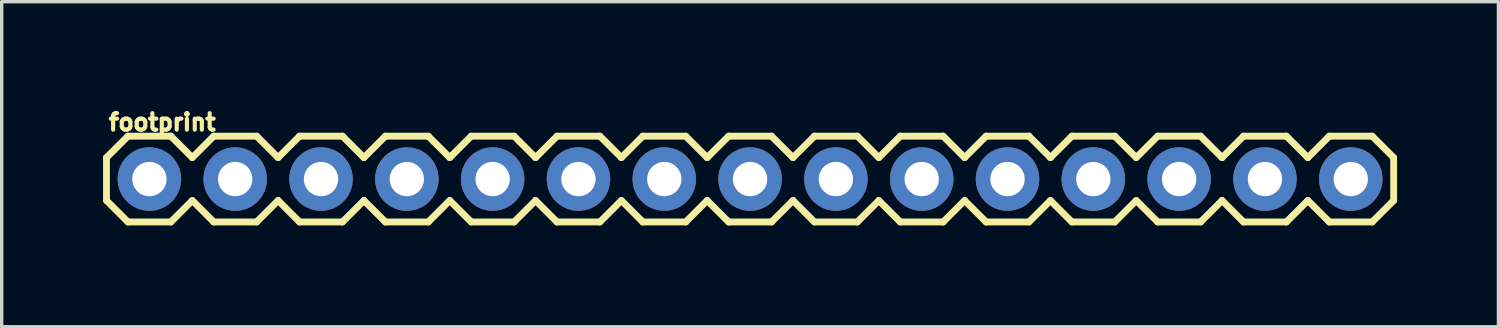
<source format=kicad_pcb>
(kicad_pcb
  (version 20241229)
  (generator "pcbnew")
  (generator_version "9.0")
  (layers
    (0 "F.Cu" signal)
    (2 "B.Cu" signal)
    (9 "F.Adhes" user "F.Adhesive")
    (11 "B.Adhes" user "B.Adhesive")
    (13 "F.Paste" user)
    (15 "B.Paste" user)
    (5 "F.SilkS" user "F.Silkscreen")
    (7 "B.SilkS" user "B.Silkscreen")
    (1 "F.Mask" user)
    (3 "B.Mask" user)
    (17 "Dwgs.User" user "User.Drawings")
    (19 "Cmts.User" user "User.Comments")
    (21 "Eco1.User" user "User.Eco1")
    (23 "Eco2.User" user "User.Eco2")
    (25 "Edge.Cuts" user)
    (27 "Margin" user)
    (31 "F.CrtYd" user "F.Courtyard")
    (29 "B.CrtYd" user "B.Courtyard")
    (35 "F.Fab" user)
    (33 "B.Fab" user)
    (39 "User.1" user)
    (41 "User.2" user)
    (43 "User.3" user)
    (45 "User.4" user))
  (footprint "footprint"
    (layer "F.Cu")
    (at 1.372 2.25)
    (property "Reference" "footprint" (at -1.27 -1.397 0) (layer "F.SilkS") (effects (font (size 0.488 0.488) (thickness 0.122)) (justify left bottom)))
    (fp_line (start -1.27 -0.635) (end -1.27 0.635) (stroke (width 0.203) (type solid)) (layer "F.SilkS"))
    (fp_line (start -1.27 0.635) (end -0.635 1.27) (stroke (width 0.203) (type solid)) (layer "F.SilkS"))
    (fp_line (start -0.635 -1.27) (end -1.27 -0.635) (stroke (width 0.203) (type solid)) (layer "F.SilkS"))
    (fp_line (start -0.635 -1.27) (end 0.635 -1.27) (stroke (width 0.203) (type solid)) (layer "F.SilkS"))
    (fp_line (start 0.635 -1.27) (end 1.27 -0.635) (stroke (width 0.203) (type solid)) (layer "F.SilkS"))
    (fp_line (start 0.635 1.27) (end -0.635 1.27) (stroke (width 0.203) (type solid)) (layer "F.SilkS"))
    (fp_line (start 1.27 -0.635) (end 1.905 -1.27) (stroke (width 0.203) (type solid)) (layer "F.SilkS"))
    (fp_line (start 1.27 0.635) (end 0.635 1.27) (stroke (width 0.203) (type solid)) (layer "F.SilkS"))
    (fp_line (start 1.905 -1.27) (end 3.175 -1.27) (stroke (width 0.203) (type solid)) (layer "F.SilkS"))
    (fp_line (start 1.905 1.27) (end 1.27 0.635) (stroke (width 0.203) (type solid)) (layer "F.SilkS"))
    (fp_line (start 3.175 -1.27) (end 3.81 -0.635) (stroke (width 0.203) (type solid)) (layer "F.SilkS"))
    (fp_line (start 3.175 1.27) (end 1.905 1.27) (stroke (width 0.203) (type solid)) (layer "F.SilkS"))
    (fp_line (start 3.81 -0.635) (end 4.445 -1.27) (stroke (width 0.203) (type solid)) (layer "F.SilkS"))
    (fp_line (start 3.81 0.635) (end 3.175 1.27) (stroke (width 0.203) (type solid)) (layer "F.SilkS"))
    (fp_line (start 4.445 -1.27) (end 5.715 -1.27) (stroke (width 0.203) (type solid)) (layer "F.SilkS"))
    (fp_line (start 4.445 1.27) (end 3.81 0.635) (stroke (width 0.203) (type solid)) (layer "F.SilkS"))
    (fp_line (start 5.715 -1.27) (end 6.35 -0.635) (stroke (width 0.203) (type solid)) (layer "F.SilkS"))
    (fp_line (start 5.715 1.27) (end 4.445 1.27) (stroke (width 0.203) (type solid)) (layer "F.SilkS"))
    (fp_line (start 6.35 0.635) (end 5.715 1.27) (stroke (width 0.203) (type solid)) (layer "F.SilkS"))
    (fp_line (start 6.35 0.635) (end 6.985 1.27) (stroke (width 0.203) (type solid)) (layer "F.SilkS"))
    (fp_line (start 6.985 -1.27) (end 6.35 -0.635) (stroke (width 0.203) (type solid)) (layer "F.SilkS"))
    (fp_line (start 6.985 -1.27) (end 8.255 -1.27) (stroke (width 0.203) (type solid)) (layer "F.SilkS"))
    (fp_line (start 8.255 -1.27) (end 8.89 -0.635) (stroke (width 0.203) (type solid)) (layer "F.SilkS"))
    (fp_line (start 8.255 1.27) (end 6.985 1.27) (stroke (width 0.203) (type solid)) (layer "F.SilkS"))
    (fp_line (start 8.89 -0.635) (end 9.525 -1.27) (stroke (width 0.203) (type solid)) (layer "F.SilkS"))
    (fp_line (start 8.89 0.635) (end 8.255 1.27) (stroke (width 0.203) (type solid)) (layer "F.SilkS"))
    (fp_line (start 9.525 -1.27) (end 10.795 -1.27) (stroke (width 0.203) (type solid)) (layer "F.SilkS"))
    (fp_line (start 9.525 1.27) (end 8.89 0.635) (stroke (width 0.203) (type solid)) (layer "F.SilkS"))
    (fp_line (start 10.795 -1.27) (end 11.43 -0.635) (stroke (width 0.203) (type solid)) (layer "F.SilkS"))
    (fp_line (start 10.795 1.27) (end 9.525 1.27) (stroke (width 0.203) (type solid)) (layer "F.SilkS"))
    (fp_line (start 11.43 -0.635) (end 12.065 -1.27) (stroke (width 0.203) (type solid)) (layer "F.SilkS"))
    (fp_line (start 11.43 0.635) (end 10.795 1.27) (stroke (width 0.203) (type solid)) (layer "F.SilkS"))
    (fp_line (start 12.065 -1.27) (end 13.335 -1.27) (stroke (width 0.203) (type solid)) (layer "F.SilkS"))
    (fp_line (start 12.065 1.27) (end 11.43 0.635) (stroke (width 0.203) (type solid)) (layer "F.SilkS"))
    (fp_line (start 13.335 -1.27) (end 13.97 -0.635) (stroke (width 0.203) (type solid)) (layer "F.SilkS"))
    (fp_line (start 13.335 1.27) (end 12.065 1.27) (stroke (width 0.203) (type solid)) (layer "F.SilkS"))
    (fp_line (start 13.97 0.635) (end 13.335 1.27) (stroke (width 0.203) (type solid)) (layer "F.SilkS"))
    (fp_line (start 13.97 0.635) (end 14.605 1.27) (stroke (width 0.203) (type solid)) (layer "F.SilkS"))
    (fp_line (start 14.605 -1.27) (end 13.97 -0.635) (stroke (width 0.203) (type solid)) (layer "F.SilkS"))
    (fp_line (start 14.605 -1.27) (end 15.875 -1.27) (stroke (width 0.203) (type solid)) (layer "F.SilkS"))
    (fp_line (start 15.875 -1.27) (end 16.51 -0.635) (stroke (width 0.203) (type solid)) (layer "F.SilkS"))
    (fp_line (start 15.875 1.27) (end 14.605 1.27) (stroke (width 0.203) (type solid)) (layer "F.SilkS"))
    (fp_line (start 16.51 0.635) (end 15.875 1.27) (stroke (width 0.203) (type solid)) (layer "F.SilkS"))
    (fp_line (start 16.51 0.635) (end 17.145 1.27) (stroke (width 0.203) (type solid)) (layer "F.SilkS"))
    (fp_line (start 17.145 -1.27) (end 16.51 -0.635) (stroke (width 0.203) (type solid)) (layer "F.SilkS"))
    (fp_line (start 17.145 -1.27) (end 18.415 -1.27) (stroke (width 0.203) (type solid)) (layer "F.SilkS"))
    (fp_line (start 18.415 -1.27) (end 19.05 -0.635) (stroke (width 0.203) (type solid)) (layer "F.SilkS"))
    (fp_line (start 18.415 1.27) (end 17.145 1.27) (stroke (width 0.203) (type solid)) (layer "F.SilkS"))
    (fp_line (start 19.05 -0.635) (end 19.685 -1.27) (stroke (width 0.203) (type solid)) (layer "F.SilkS"))
    (fp_line (start 19.05 0.635) (end 18.415 1.27) (stroke (width 0.203) (type solid)) (layer "F.SilkS"))
    (fp_line (start 19.685 -1.27) (end 20.955 -1.27) (stroke (width 0.203) (type solid)) (layer "F.SilkS"))
    (fp_line (start 19.685 1.27) (end 19.05 0.635) (stroke (width 0.203) (type solid)) (layer "F.SilkS"))
    (fp_line (start 20.955 -1.27) (end 21.59 -0.635) (stroke (width 0.203) (type solid)) (layer "F.SilkS"))
    (fp_line (start 20.955 1.27) (end 19.685 1.27) (stroke (width 0.203) (type solid)) (layer "F.SilkS"))
    (fp_line (start 21.59 -0.635) (end 22.225 -1.27) (stroke (width 0.203) (type solid)) (layer "F.SilkS"))
    (fp_line (start 21.59 0.635) (end 20.955 1.27) (stroke (width 0.203) (type solid)) (layer "F.SilkS"))
    (fp_line (start 22.225 -1.27) (end 23.495 -1.27) (stroke (width 0.203) (type solid)) (layer "F.SilkS"))
    (fp_line (start 22.225 1.27) (end 21.59 0.635) (stroke (width 0.203) (type solid)) (layer "F.SilkS"))
    (fp_line (start 23.495 -1.27) (end 24.13 -0.635) (stroke (width 0.203) (type solid)) (layer "F.SilkS"))
    (fp_line (start 23.495 1.27) (end 22.225 1.27) (stroke (width 0.203) (type solid)) (layer "F.SilkS"))
    (fp_line (start 24.13 0.635) (end 23.495 1.27) (stroke (width 0.203) (type solid)) (layer "F.SilkS"))
    (fp_line (start 24.13 0.635) (end 24.765 1.27) (stroke (width 0.203) (type solid)) (layer "F.SilkS"))
    (fp_line (start 24.765 -1.27) (end 24.13 -0.635) (stroke (width 0.203) (type solid)) (layer "F.SilkS"))
    (fp_line (start 24.765 -1.27) (end 26.035 -1.27) (stroke (width 0.203) (type solid)) (layer "F.SilkS"))
    (fp_line (start 26.035 -1.27) (end 26.67 -0.635) (stroke (width 0.203) (type solid)) (layer "F.SilkS"))
    (fp_line (start 26.035 1.27) (end 24.765 1.27) (stroke (width 0.203) (type solid)) (layer "F.SilkS"))
    (fp_line (start 26.67 -0.635) (end 27.305 -1.27) (stroke (width 0.203) (type solid)) (layer "F.SilkS"))
    (fp_line (start 26.67 0.635) (end 26.035 1.27) (stroke (width 0.203) (type solid)) (layer "F.SilkS"))
    (fp_line (start 27.305 -1.27) (end 28.575 -1.27) (stroke (width 0.203) (type solid)) (layer "F.SilkS"))
    (fp_line (start 27.305 1.27) (end 26.67 0.635) (stroke (width 0.203) (type solid)) (layer "F.SilkS"))
    (fp_line (start 28.575 -1.27) (end 29.21 -0.635) (stroke (width 0.203) (type solid)) (layer "F.SilkS"))
    (fp_line (start 28.575 1.27) (end 27.305 1.27) (stroke (width 0.203) (type solid)) (layer "F.SilkS"))
    (fp_line (start 29.21 -0.635) (end 29.845 -1.27) (stroke (width 0.203) (type solid)) (layer "F.SilkS"))
    (fp_line (start 29.21 0.635) (end 28.575 1.27) (stroke (width 0.203) (type solid)) (layer "F.SilkS"))
    (fp_line (start 29.845 -1.27) (end 31.115 -1.27) (stroke (width 0.203) (type solid)) (layer "F.SilkS"))
    (fp_line (start 29.845 1.27) (end 29.21 0.635) (stroke (width 0.203) (type solid)) (layer "F.SilkS"))
    (fp_line (start 31.115 -1.27) (end 31.75 -0.635) (stroke (width 0.203) (type solid)) (layer "F.SilkS"))
    (fp_line (start 31.115 1.27) (end 29.845 1.27) (stroke (width 0.203) (type solid)) (layer "F.SilkS"))
    (fp_line (start 31.75 0.635) (end 31.115 1.27) (stroke (width 0.203) (type solid)) (layer "F.SilkS"))
    (fp_line (start 31.75 0.635) (end 32.385 1.27) (stroke (width 0.203) (type solid)) (layer "F.SilkS"))
    (fp_line (start 32.385 -1.27) (end 31.75 -0.635) (stroke (width 0.203) (type solid)) (layer "F.SilkS"))
    (fp_line (start 32.385 -1.27) (end 33.655 -1.27) (stroke (width 0.203) (type solid)) (layer "F.SilkS"))
    (fp_line (start 33.655 -1.27) (end 34.29 -0.635) (stroke (width 0.203) (type solid)) (layer "F.SilkS"))
    (fp_line (start 33.655 1.27) (end 32.385 1.27) (stroke (width 0.203) (type solid)) (layer "F.SilkS"))
    (fp_line (start 34.29 0.635) (end 33.655 1.27) (stroke (width 0.203) (type solid)) (layer "F.SilkS"))
    (fp_line (start 34.29 0.635) (end 34.925 1.27) (stroke (width 0.203) (type solid)) (layer "F.SilkS"))
    (fp_line (start 34.925 -1.27) (end 34.29 -0.635) (stroke (width 0.203) (type solid)) (layer "F.SilkS"))
    (fp_line (start 34.925 -1.27) (end 36.195 -1.27) (stroke (width 0.203) (type solid)) (layer "F.SilkS"))
    (fp_line (start 36.195 -1.27) (end 36.83 -0.635) (stroke (width 0.203) (type solid)) (layer "F.SilkS"))
    (fp_line (start 36.195 1.27) (end 34.925 1.27) (stroke (width 0.203) (type solid)) (layer "F.SilkS"))
    (fp_line (start 36.83 -0.635) (end 36.83 0.635) (stroke (width 0.203) (type solid)) (layer "F.SilkS"))
    (fp_line (start 36.83 0.635) (end 36.195 1.27) (stroke (width 0.203) (type solid)) (layer "F.SilkS"))
    (fp_poly (pts (xy -0.254 0.254) (xy 0.254 0.254) (xy 0.254 -0.254) (xy -0.254 -0.254)) (stroke (width 0.1) (type solid)) (fill no) (layer "F.Fab"))
    (fp_poly (pts (xy 2.286 0.254) (xy 2.794 0.254) (xy 2.794 -0.254) (xy 2.286 -0.254)) (stroke (width 0.1) (type solid)) (fill no) (layer "F.Fab"))
    (fp_poly (pts (xy 4.826 0.254) (xy 5.334 0.254) (xy 5.334 -0.254) (xy 4.826 -0.254)) (stroke (width 0.1) (type solid)) (fill no) (layer "F.Fab"))
    (fp_poly (pts (xy 7.366 0.254) (xy 7.874 0.254) (xy 7.874 -0.254) (xy 7.366 -0.254)) (stroke (width 0.1) (type solid)) (fill no) (layer "F.Fab"))
    (fp_poly (pts (xy 9.906 0.254) (xy 10.414 0.254) (xy 10.414 -0.254) (xy 9.906 -0.254)) (stroke (width 0.1) (type solid)) (fill no) (layer "F.Fab"))
    (fp_poly (pts (xy 12.446 0.254) (xy 12.954 0.254) (xy 12.954 -0.254) (xy 12.446 -0.254)) (stroke (width 0.1) (type solid)) (fill no) (layer "F.Fab"))
    (fp_poly (pts (xy 14.986 0.254) (xy 15.494 0.254) (xy 15.494 -0.254) (xy 14.986 -0.254)) (stroke (width 0.1) (type solid)) (fill no) (layer "F.Fab"))
    (fp_poly (pts (xy 17.526 0.254) (xy 18.034 0.254) (xy 18.034 -0.254) (xy 17.526 -0.254)) (stroke (width 0.1) (type solid)) (fill no) (layer "F.Fab"))
    (fp_poly (pts (xy 20.066 0.254) (xy 20.574 0.254) (xy 20.574 -0.254) (xy 20.066 -0.254)) (stroke (width 0.1) (type solid)) (fill no) (layer "F.Fab"))
    (fp_poly (pts (xy 22.606 0.254) (xy 23.114 0.254) (xy 23.114 -0.254) (xy 22.606 -0.254)) (stroke (width 0.1) (type solid)) (fill no) (layer "F.Fab"))
    (fp_poly (pts (xy 25.146 0.254) (xy 25.654 0.254) (xy 25.654 -0.254) (xy 25.146 -0.254)) (stroke (width 0.1) (type solid)) (fill no) (layer "F.Fab"))
    (fp_poly (pts (xy 27.686 0.254) (xy 28.194 0.254) (xy 28.194 -0.254) (xy 27.686 -0.254)) (stroke (width 0.1) (type solid)) (fill no) (layer "F.Fab"))
    (fp_poly (pts (xy 30.226 0.254) (xy 30.734 0.254) (xy 30.734 -0.254) (xy 30.226 -0.254)) (stroke (width 0.1) (type solid)) (fill no) (layer "F.Fab"))
    (fp_poly (pts (xy 32.766 0.254) (xy 33.274 0.254) (xy 33.274 -0.254) (xy 32.766 -0.254)) (stroke (width 0.1) (type solid)) (fill no) (layer "F.Fab"))
    (fp_poly (pts (xy 35.306 0.254) (xy 35.814 0.254) (xy 35.814 -0.254) (xy 35.306 -0.254)) (stroke (width 0.1) (type solid)) (fill no) (layer "F.Fab"))
    (pad "1" thru_hole circle (at 0 0 90) (size 1.88 1.88) (drill 1.016) (layers "*.Cu" "*.Mask"))
    (pad "2" thru_hole circle (at 2.54 0 90) (size 1.88 1.88) (drill 1.016) (layers "*.Cu" "*.Mask"))
    (pad "3" thru_hole circle (at 5.08 0 90) (size 1.88 1.88) (drill 1.016) (layers "*.Cu" "*.Mask"))
    (pad "4" thru_hole circle (at 7.62 0 90) (size 1.88 1.88) (drill 1.016) (layers "*.Cu" "*.Mask"))
    (pad "5" thru_hole circle (at 10.16 0 90) (size 1.88 1.88) (drill 1.016) (layers "*.Cu" "*.Mask"))
    (pad "6" thru_hole circle (at 12.7 0 90) (size 1.88 1.88) (drill 1.016) (layers "*.Cu" "*.Mask"))
    (pad "7" thru_hole circle (at 15.24 0 90) (size 1.88 1.88) (drill 1.016) (layers "*.Cu" "*.Mask"))
    (pad "8" thru_hole circle (at 17.78 0 90) (size 1.88 1.88) (drill 1.016) (layers "*.Cu" "*.Mask"))
    (pad "9" thru_hole circle (at 20.32 0 90) (size 1.88 1.88) (drill 1.016) (layers "*.Cu" "*.Mask"))
    (pad "10" thru_hole circle (at 22.86 0 90) (size 1.88 1.88) (drill 1.016) (layers "*.Cu" "*.Mask"))
    (pad "11" thru_hole circle (at 25.4 0 90) (size 1.88 1.88) (drill 1.016) (layers "*.Cu" "*.Mask"))
    (pad "12" thru_hole circle (at 27.94 0 90) (size 1.88 1.88) (drill 1.016) (layers "*.Cu" "*.Mask"))
    (pad "13" thru_hole circle (at 30.48 0 90) (size 1.88 1.88) (drill 1.016) (layers "*.Cu" "*.Mask"))
    (pad "14" thru_hole circle (at 33.02 0 90) (size 1.88 1.88) (drill 1.016) (layers "*.Cu" "*.Mask"))
    (pad "15" thru_hole circle (at 35.56 0 90) (size 1.88 1.88) (drill 1.016) (layers "*.Cu" "*.Mask")))
  (gr_rect
    (start -3 -3)
    (end 41.303 6.622)
    (stroke (width 0.1) (type default))
    (fill no)
    (layer "Edge.Cuts")))
</source>
